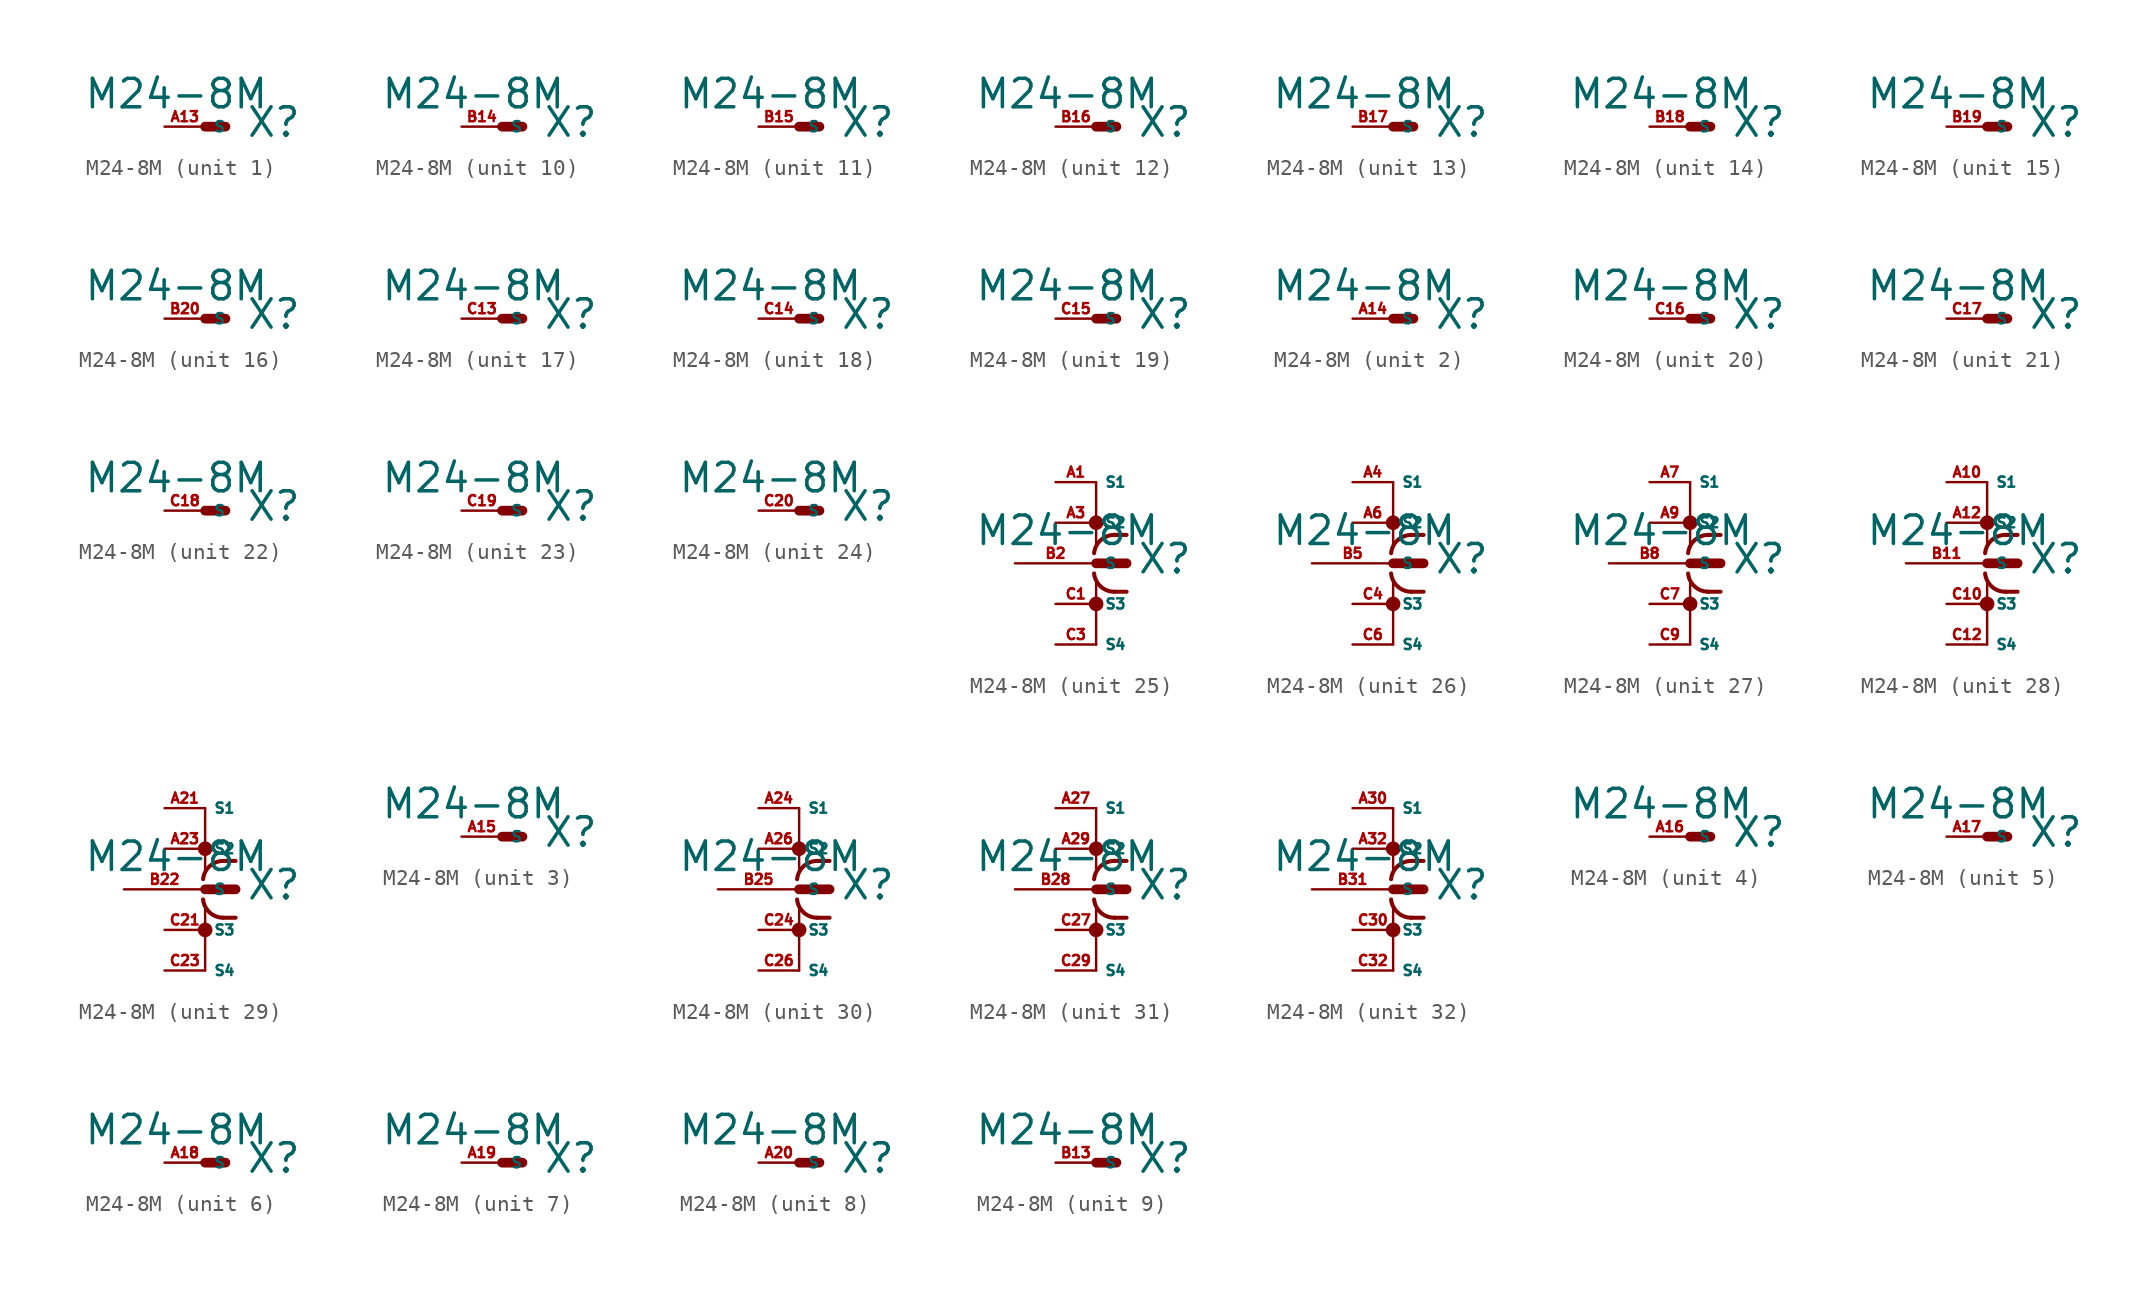
<source format=kicad_sym>
(kicad_symbol_lib
  (version 20220914)
  (generator Eagle2Kicad)
  (symbol "M24-8M"
    (property "Reference" "X"
      (at 2.54 -0.762 0)
      (effects (font (size 1.778 1.778) (thickness 0.22)) (justify left bottom)))
    (property "Value" "M24-8M"
      (at -7.62 1.016 0)
      (effects (font (size 1.778 1.778) (thickness 0.22)) (justify left bottom)))
    (symbol "M24-8M_1_0"
      (polyline (pts (xy 0 0) (xy 1.27 0)) (stroke (width 0.61) (type default)) (fill (type none)))
      (pin passive line (at -2.54 0 0) (length 2.54) (name "S" (effects (font (size 0.635 0.635) (thickness 0.08)) (justify left bottom))) (number "A13" (effects (font (size 0.635 0.635) (thickness 0.08)) (justify left bottom)))))
    (symbol "M24-8M_2_0"
      (polyline (pts (xy 0 0) (xy 1.27 0)) (stroke (width 0.61) (type default)) (fill (type none)))
      (pin passive line (at -2.54 0 0) (length 2.54) (name "S" (effects (font (size 0.635 0.635) (thickness 0.08)) (justify left bottom))) (number "A14" (effects (font (size 0.635 0.635) (thickness 0.08)) (justify left bottom)))))
    (symbol "M24-8M_3_0"
      (polyline (pts (xy 0 0) (xy 1.27 0)) (stroke (width 0.61) (type default)) (fill (type none)))
      (pin passive line (at -2.54 0 0) (length 2.54) (name "S" (effects (font (size 0.635 0.635) (thickness 0.08)) (justify left bottom))) (number "A15" (effects (font (size 0.635 0.635) (thickness 0.08)) (justify left bottom)))))
    (symbol "M24-8M_4_0"
      (polyline (pts (xy 0 0) (xy 1.27 0)) (stroke (width 0.61) (type default)) (fill (type none)))
      (pin passive line (at -2.54 0 0) (length 2.54) (name "S" (effects (font (size 0.635 0.635) (thickness 0.08)) (justify left bottom))) (number "A16" (effects (font (size 0.635 0.635) (thickness 0.08)) (justify left bottom)))))
    (symbol "M24-8M_5_0"
      (polyline (pts (xy 0 0) (xy 1.27 0)) (stroke (width 0.61) (type default)) (fill (type none)))
      (pin passive line (at -2.54 0 0) (length 2.54) (name "S" (effects (font (size 0.635 0.635) (thickness 0.08)) (justify left bottom))) (number "A17" (effects (font (size 0.635 0.635) (thickness 0.08)) (justify left bottom)))))
    (symbol "M24-8M_6_0"
      (polyline (pts (xy 0 0) (xy 1.27 0)) (stroke (width 0.61) (type default)) (fill (type none)))
      (pin passive line (at -2.54 0 0) (length 2.54) (name "S" (effects (font (size 0.635 0.635) (thickness 0.08)) (justify left bottom))) (number "A18" (effects (font (size 0.635 0.635) (thickness 0.08)) (justify left bottom)))))
    (symbol "M24-8M_7_0"
      (polyline (pts (xy 0 0) (xy 1.27 0)) (stroke (width 0.61) (type default)) (fill (type none)))
      (pin passive line (at -2.54 0 0) (length 2.54) (name "S" (effects (font (size 0.635 0.635) (thickness 0.08)) (justify left bottom))) (number "A19" (effects (font (size 0.635 0.635) (thickness 0.08)) (justify left bottom)))))
    (symbol "M24-8M_8_0"
      (polyline (pts (xy 0 0) (xy 1.27 0)) (stroke (width 0.61) (type default)) (fill (type none)))
      (pin passive line (at -2.54 0 0) (length 2.54) (name "S" (effects (font (size 0.635 0.635) (thickness 0.08)) (justify left bottom))) (number "A20" (effects (font (size 0.635 0.635) (thickness 0.08)) (justify left bottom)))))
    (symbol "M24-8M_9_0"
      (polyline (pts (xy 0 0) (xy 1.27 0)) (stroke (width 0.61) (type default)) (fill (type none)))
      (pin passive line (at -2.54 0 0) (length 2.54) (name "S" (effects (font (size 0.635 0.635) (thickness 0.08)) (justify left bottom))) (number "B13" (effects (font (size 0.635 0.635) (thickness 0.08)) (justify left bottom)))))
    (symbol "M24-8M_10_0"
      (polyline (pts (xy 0 0) (xy 1.27 0)) (stroke (width 0.61) (type default)) (fill (type none)))
      (pin passive line (at -2.54 0 0) (length 2.54) (name "S" (effects (font (size 0.635 0.635) (thickness 0.08)) (justify left bottom))) (number "B14" (effects (font (size 0.635 0.635) (thickness 0.08)) (justify left bottom)))))
    (symbol "M24-8M_11_0"
      (polyline (pts (xy 0 0) (xy 1.27 0)) (stroke (width 0.61) (type default)) (fill (type none)))
      (pin passive line (at -2.54 0 0) (length 2.54) (name "S" (effects (font (size 0.635 0.635) (thickness 0.08)) (justify left bottom))) (number "B15" (effects (font (size 0.635 0.635) (thickness 0.08)) (justify left bottom)))))
    (symbol "M24-8M_12_0"
      (polyline (pts (xy 0 0) (xy 1.27 0)) (stroke (width 0.61) (type default)) (fill (type none)))
      (pin passive line (at -2.54 0 0) (length 2.54) (name "S" (effects (font (size 0.635 0.635) (thickness 0.08)) (justify left bottom))) (number "B16" (effects (font (size 0.635 0.635) (thickness 0.08)) (justify left bottom)))))
    (symbol "M24-8M_13_0"
      (polyline (pts (xy 0 0) (xy 1.27 0)) (stroke (width 0.61) (type default)) (fill (type none)))
      (pin passive line (at -2.54 0 0) (length 2.54) (name "S" (effects (font (size 0.635 0.635) (thickness 0.08)) (justify left bottom))) (number "B17" (effects (font (size 0.635 0.635) (thickness 0.08)) (justify left bottom)))))
    (symbol "M24-8M_14_0"
      (polyline (pts (xy 0 0) (xy 1.27 0)) (stroke (width 0.61) (type default)) (fill (type none)))
      (pin passive line (at -2.54 0 0) (length 2.54) (name "S" (effects (font (size 0.635 0.635) (thickness 0.08)) (justify left bottom))) (number "B18" (effects (font (size 0.635 0.635) (thickness 0.08)) (justify left bottom)))))
    (symbol "M24-8M_15_0"
      (polyline (pts (xy 0 0) (xy 1.27 0)) (stroke (width 0.61) (type default)) (fill (type none)))
      (pin passive line (at -2.54 0 0) (length 2.54) (name "S" (effects (font (size 0.635 0.635) (thickness 0.08)) (justify left bottom))) (number "B19" (effects (font (size 0.635 0.635) (thickness 0.08)) (justify left bottom)))))
    (symbol "M24-8M_16_0"
      (polyline (pts (xy 0 0) (xy 1.27 0)) (stroke (width 0.61) (type default)) (fill (type none)))
      (pin passive line (at -2.54 0 0) (length 2.54) (name "S" (effects (font (size 0.635 0.635) (thickness 0.08)) (justify left bottom))) (number "B20" (effects (font (size 0.635 0.635) (thickness 0.08)) (justify left bottom)))))
    (symbol "M24-8M_17_0"
      (polyline (pts (xy 0 0) (xy 1.27 0)) (stroke (width 0.61) (type default)) (fill (type none)))
      (pin passive line (at -2.54 0 0) (length 2.54) (name "S" (effects (font (size 0.635 0.635) (thickness 0.08)) (justify left bottom))) (number "C13" (effects (font (size 0.635 0.635) (thickness 0.08)) (justify left bottom)))))
    (symbol "M24-8M_18_0"
      (polyline (pts (xy 0 0) (xy 1.27 0)) (stroke (width 0.61) (type default)) (fill (type none)))
      (pin passive line (at -2.54 0 0) (length 2.54) (name "S" (effects (font (size 0.635 0.635) (thickness 0.08)) (justify left bottom))) (number "C14" (effects (font (size 0.635 0.635) (thickness 0.08)) (justify left bottom)))))
    (symbol "M24-8M_19_0"
      (polyline (pts (xy 0 0) (xy 1.27 0)) (stroke (width 0.61) (type default)) (fill (type none)))
      (pin passive line (at -2.54 0 0) (length 2.54) (name "S" (effects (font (size 0.635 0.635) (thickness 0.08)) (justify left bottom))) (number "C15" (effects (font (size 0.635 0.635) (thickness 0.08)) (justify left bottom)))))
    (symbol "M24-8M_20_0"
      (polyline (pts (xy 0 0) (xy 1.27 0)) (stroke (width 0.61) (type default)) (fill (type none)))
      (pin passive line (at -2.54 0 0) (length 2.54) (name "S" (effects (font (size 0.635 0.635) (thickness 0.08)) (justify left bottom))) (number "C16" (effects (font (size 0.635 0.635) (thickness 0.08)) (justify left bottom)))))
    (symbol "M24-8M_21_0"
      (polyline (pts (xy 0 0) (xy 1.27 0)) (stroke (width 0.61) (type default)) (fill (type none)))
      (pin passive line (at -2.54 0 0) (length 2.54) (name "S" (effects (font (size 0.635 0.635) (thickness 0.08)) (justify left bottom))) (number "C17" (effects (font (size 0.635 0.635) (thickness 0.08)) (justify left bottom)))))
    (symbol "M24-8M_22_0"
      (polyline (pts (xy 0 0) (xy 1.27 0)) (stroke (width 0.61) (type default)) (fill (type none)))
      (pin passive line (at -2.54 0 0) (length 2.54) (name "S" (effects (font (size 0.635 0.635) (thickness 0.08)) (justify left bottom))) (number "C18" (effects (font (size 0.635 0.635) (thickness 0.08)) (justify left bottom)))))
    (symbol "M24-8M_23_0"
      (polyline (pts (xy 0 0) (xy 1.27 0)) (stroke (width 0.61) (type default)) (fill (type none)))
      (pin passive line (at -2.54 0 0) (length 2.54) (name "S" (effects (font (size 0.635 0.635) (thickness 0.08)) (justify left bottom))) (number "C19" (effects (font (size 0.635 0.635) (thickness 0.08)) (justify left bottom)))))
    (symbol "M24-8M_24_0"
      (polyline (pts (xy 0 0) (xy 1.27 0)) (stroke (width 0.61) (type default)) (fill (type none)))
      (pin passive line (at -2.54 0 0) (length 2.54) (name "S" (effects (font (size 0.635 0.635) (thickness 0.08)) (justify left bottom))) (number "C20" (effects (font (size 0.635 0.635) (thickness 0.08)) (justify left bottom)))))
    (symbol "M24-8M_25_0"
      (polyline (pts (xy 0 0) (xy 1.905 0)) (stroke (width 0.61) (type default)) (fill (type none)))
      (polyline (pts (xy 0 5.08) (xy 0 1.27)) (stroke (width 0.152) (type default)) (fill (type none)))
      (polyline (pts (xy 0 -5.08) (xy 0 -1.27)) (stroke (width 0.152) (type default)) (fill (type none)))
      (polyline (pts (xy 1.905 1.778) (xy 1.143 1.778)) (stroke (width 0.254) (type default)) (fill (type none)))
      (polyline (pts (xy 1.905 -1.778) (xy 1.143 -1.778)) (stroke (width 0.254) (type default)) (fill (type none)))
      (arc (start 1.143 1.778) (mid 0.287 1.452) (end -0.127 0.635) (stroke (width 0.254) (type default)) (fill (type none)))
      (arc (start -0.127 -0.635) (mid 0.287 -1.452) (end 1.143 -1.778) (stroke (width 0.254) (type default)) (fill (type none)))
      (circle (center 0 2.54) (radius 0.254) (stroke (width 0.406) (type default)) (fill (type none)))
      (circle (center 0 -2.54) (radius 0.254) (stroke (width 0.406) (type default)) (fill (type none)))
      (pin passive line (at -5.08 0 0) (length 5.08) (name "S" (effects (font (size 0.635 0.635) (thickness 0.08)) (justify left bottom))) (number "B2" (effects (font (size 0.635 0.635) (thickness 0.08)) (justify left bottom))))
      (pin passive line (at -2.54 5.08 0) (length 2.54) (name "S1" (effects (font (size 0.635 0.635) (thickness 0.08)) (justify left bottom))) (number "A1" (effects (font (size 0.635 0.635) (thickness 0.08)) (justify left bottom))))
      (pin passive line (at -2.54 2.54 0) (length 2.54) (name "S2" (effects (font (size 0.635 0.635) (thickness 0.08)) (justify left bottom))) (number "A3" (effects (font (size 0.635 0.635) (thickness 0.08)) (justify left bottom))))
      (pin passive line (at -2.54 -2.54 0) (length 2.54) (name "S3" (effects (font (size 0.635 0.635) (thickness 0.08)) (justify left bottom))) (number "C1" (effects (font (size 0.635 0.635) (thickness 0.08)) (justify left bottom))))
      (pin passive line (at -2.54 -5.08 0) (length 2.54) (name "S4" (effects (font (size 0.635 0.635) (thickness 0.08)) (justify left bottom))) (number "C3" (effects (font (size 0.635 0.635) (thickness 0.08)) (justify left bottom)))))
    (symbol "M24-8M_26_0"
      (polyline (pts (xy 0 0) (xy 1.905 0)) (stroke (width 0.61) (type default)) (fill (type none)))
      (polyline (pts (xy 0 5.08) (xy 0 1.27)) (stroke (width 0.152) (type default)) (fill (type none)))
      (polyline (pts (xy 0 -5.08) (xy 0 -1.27)) (stroke (width 0.152) (type default)) (fill (type none)))
      (polyline (pts (xy 1.905 1.778) (xy 1.143 1.778)) (stroke (width 0.254) (type default)) (fill (type none)))
      (polyline (pts (xy 1.905 -1.778) (xy 1.143 -1.778)) (stroke (width 0.254) (type default)) (fill (type none)))
      (arc (start 1.143 1.778) (mid 0.287 1.452) (end -0.127 0.635) (stroke (width 0.254) (type default)) (fill (type none)))
      (arc (start -0.127 -0.635) (mid 0.287 -1.452) (end 1.143 -1.778) (stroke (width 0.254) (type default)) (fill (type none)))
      (circle (center 0 2.54) (radius 0.254) (stroke (width 0.406) (type default)) (fill (type none)))
      (circle (center 0 -2.54) (radius 0.254) (stroke (width 0.406) (type default)) (fill (type none)))
      (pin passive line (at -5.08 0 0) (length 5.08) (name "S" (effects (font (size 0.635 0.635) (thickness 0.08)) (justify left bottom))) (number "B5" (effects (font (size 0.635 0.635) (thickness 0.08)) (justify left bottom))))
      (pin passive line (at -2.54 5.08 0) (length 2.54) (name "S1" (effects (font (size 0.635 0.635) (thickness 0.08)) (justify left bottom))) (number "A4" (effects (font (size 0.635 0.635) (thickness 0.08)) (justify left bottom))))
      (pin passive line (at -2.54 2.54 0) (length 2.54) (name "S2" (effects (font (size 0.635 0.635) (thickness 0.08)) (justify left bottom))) (number "A6" (effects (font (size 0.635 0.635) (thickness 0.08)) (justify left bottom))))
      (pin passive line (at -2.54 -2.54 0) (length 2.54) (name "S3" (effects (font (size 0.635 0.635) (thickness 0.08)) (justify left bottom))) (number "C4" (effects (font (size 0.635 0.635) (thickness 0.08)) (justify left bottom))))
      (pin passive line (at -2.54 -5.08 0) (length 2.54) (name "S4" (effects (font (size 0.635 0.635) (thickness 0.08)) (justify left bottom))) (number "C6" (effects (font (size 0.635 0.635) (thickness 0.08)) (justify left bottom)))))
    (symbol "M24-8M_27_0"
      (polyline (pts (xy 0 0) (xy 1.905 0)) (stroke (width 0.61) (type default)) (fill (type none)))
      (polyline (pts (xy 0 5.08) (xy 0 1.27)) (stroke (width 0.152) (type default)) (fill (type none)))
      (polyline (pts (xy 0 -5.08) (xy 0 -1.27)) (stroke (width 0.152) (type default)) (fill (type none)))
      (polyline (pts (xy 1.905 1.778) (xy 1.143 1.778)) (stroke (width 0.254) (type default)) (fill (type none)))
      (polyline (pts (xy 1.905 -1.778) (xy 1.143 -1.778)) (stroke (width 0.254) (type default)) (fill (type none)))
      (arc (start 1.143 1.778) (mid 0.287 1.452) (end -0.127 0.635) (stroke (width 0.254) (type default)) (fill (type none)))
      (arc (start -0.127 -0.635) (mid 0.287 -1.452) (end 1.143 -1.778) (stroke (width 0.254) (type default)) (fill (type none)))
      (circle (center 0 2.54) (radius 0.254) (stroke (width 0.406) (type default)) (fill (type none)))
      (circle (center 0 -2.54) (radius 0.254) (stroke (width 0.406) (type default)) (fill (type none)))
      (pin passive line (at -5.08 0 0) (length 5.08) (name "S" (effects (font (size 0.635 0.635) (thickness 0.08)) (justify left bottom))) (number "B8" (effects (font (size 0.635 0.635) (thickness 0.08)) (justify left bottom))))
      (pin passive line (at -2.54 5.08 0) (length 2.54) (name "S1" (effects (font (size 0.635 0.635) (thickness 0.08)) (justify left bottom))) (number "A7" (effects (font (size 0.635 0.635) (thickness 0.08)) (justify left bottom))))
      (pin passive line (at -2.54 2.54 0) (length 2.54) (name "S2" (effects (font (size 0.635 0.635) (thickness 0.08)) (justify left bottom))) (number "A9" (effects (font (size 0.635 0.635) (thickness 0.08)) (justify left bottom))))
      (pin passive line (at -2.54 -2.54 0) (length 2.54) (name "S3" (effects (font (size 0.635 0.635) (thickness 0.08)) (justify left bottom))) (number "C7" (effects (font (size 0.635 0.635) (thickness 0.08)) (justify left bottom))))
      (pin passive line (at -2.54 -5.08 0) (length 2.54) (name "S4" (effects (font (size 0.635 0.635) (thickness 0.08)) (justify left bottom))) (number "C9" (effects (font (size 0.635 0.635) (thickness 0.08)) (justify left bottom)))))
    (symbol "M24-8M_28_0"
      (polyline (pts (xy 0 0) (xy 1.905 0)) (stroke (width 0.61) (type default)) (fill (type none)))
      (polyline (pts (xy 0 5.08) (xy 0 1.27)) (stroke (width 0.152) (type default)) (fill (type none)))
      (polyline (pts (xy 0 -5.08) (xy 0 -1.27)) (stroke (width 0.152) (type default)) (fill (type none)))
      (polyline (pts (xy 1.905 1.778) (xy 1.143 1.778)) (stroke (width 0.254) (type default)) (fill (type none)))
      (polyline (pts (xy 1.905 -1.778) (xy 1.143 -1.778)) (stroke (width 0.254) (type default)) (fill (type none)))
      (arc (start 1.143 1.778) (mid 0.287 1.452) (end -0.127 0.635) (stroke (width 0.254) (type default)) (fill (type none)))
      (arc (start -0.127 -0.635) (mid 0.287 -1.452) (end 1.143 -1.778) (stroke (width 0.254) (type default)) (fill (type none)))
      (circle (center 0 2.54) (radius 0.254) (stroke (width 0.406) (type default)) (fill (type none)))
      (circle (center 0 -2.54) (radius 0.254) (stroke (width 0.406) (type default)) (fill (type none)))
      (pin passive line (at -5.08 0 0) (length 5.08) (name "S" (effects (font (size 0.635 0.635) (thickness 0.08)) (justify left bottom))) (number "B11" (effects (font (size 0.635 0.635) (thickness 0.08)) (justify left bottom))))
      (pin passive line (at -2.54 5.08 0) (length 2.54) (name "S1" (effects (font (size 0.635 0.635) (thickness 0.08)) (justify left bottom))) (number "A10" (effects (font (size 0.635 0.635) (thickness 0.08)) (justify left bottom))))
      (pin passive line (at -2.54 2.54 0) (length 2.54) (name "S2" (effects (font (size 0.635 0.635) (thickness 0.08)) (justify left bottom))) (number "A12" (effects (font (size 0.635 0.635) (thickness 0.08)) (justify left bottom))))
      (pin passive line (at -2.54 -2.54 0) (length 2.54) (name "S3" (effects (font (size 0.635 0.635) (thickness 0.08)) (justify left bottom))) (number "C10" (effects (font (size 0.635 0.635) (thickness 0.08)) (justify left bottom))))
      (pin passive line (at -2.54 -5.08 0) (length 2.54) (name "S4" (effects (font (size 0.635 0.635) (thickness 0.08)) (justify left bottom))) (number "C12" (effects (font (size 0.635 0.635) (thickness 0.08)) (justify left bottom)))))
    (symbol "M24-8M_29_0"
      (polyline (pts (xy 0 0) (xy 1.905 0)) (stroke (width 0.61) (type default)) (fill (type none)))
      (polyline (pts (xy 0 5.08) (xy 0 1.27)) (stroke (width 0.152) (type default)) (fill (type none)))
      (polyline (pts (xy 0 -5.08) (xy 0 -1.27)) (stroke (width 0.152) (type default)) (fill (type none)))
      (polyline (pts (xy 1.905 1.778) (xy 1.143 1.778)) (stroke (width 0.254) (type default)) (fill (type none)))
      (polyline (pts (xy 1.905 -1.778) (xy 1.143 -1.778)) (stroke (width 0.254) (type default)) (fill (type none)))
      (arc (start 1.143 1.778) (mid 0.287 1.452) (end -0.127 0.635) (stroke (width 0.254) (type default)) (fill (type none)))
      (arc (start -0.127 -0.635) (mid 0.287 -1.452) (end 1.143 -1.778) (stroke (width 0.254) (type default)) (fill (type none)))
      (circle (center 0 2.54) (radius 0.254) (stroke (width 0.406) (type default)) (fill (type none)))
      (circle (center 0 -2.54) (radius 0.254) (stroke (width 0.406) (type default)) (fill (type none)))
      (pin passive line (at -5.08 0 0) (length 5.08) (name "S" (effects (font (size 0.635 0.635) (thickness 0.08)) (justify left bottom))) (number "B22" (effects (font (size 0.635 0.635) (thickness 0.08)) (justify left bottom))))
      (pin passive line (at -2.54 5.08 0) (length 2.54) (name "S1" (effects (font (size 0.635 0.635) (thickness 0.08)) (justify left bottom))) (number "A21" (effects (font (size 0.635 0.635) (thickness 0.08)) (justify left bottom))))
      (pin passive line (at -2.54 2.54 0) (length 2.54) (name "S2" (effects (font (size 0.635 0.635) (thickness 0.08)) (justify left bottom))) (number "A23" (effects (font (size 0.635 0.635) (thickness 0.08)) (justify left bottom))))
      (pin passive line (at -2.54 -2.54 0) (length 2.54) (name "S3" (effects (font (size 0.635 0.635) (thickness 0.08)) (justify left bottom))) (number "C21" (effects (font (size 0.635 0.635) (thickness 0.08)) (justify left bottom))))
      (pin passive line (at -2.54 -5.08 0) (length 2.54) (name "S4" (effects (font (size 0.635 0.635) (thickness 0.08)) (justify left bottom))) (number "C23" (effects (font (size 0.635 0.635) (thickness 0.08)) (justify left bottom)))))
    (symbol "M24-8M_30_0"
      (polyline (pts (xy 0 0) (xy 1.905 0)) (stroke (width 0.61) (type default)) (fill (type none)))
      (polyline (pts (xy 0 5.08) (xy 0 1.27)) (stroke (width 0.152) (type default)) (fill (type none)))
      (polyline (pts (xy 0 -5.08) (xy 0 -1.27)) (stroke (width 0.152) (type default)) (fill (type none)))
      (polyline (pts (xy 1.905 1.778) (xy 1.143 1.778)) (stroke (width 0.254) (type default)) (fill (type none)))
      (polyline (pts (xy 1.905 -1.778) (xy 1.143 -1.778)) (stroke (width 0.254) (type default)) (fill (type none)))
      (arc (start 1.143 1.778) (mid 0.287 1.452) (end -0.127 0.635) (stroke (width 0.254) (type default)) (fill (type none)))
      (arc (start -0.127 -0.635) (mid 0.287 -1.452) (end 1.143 -1.778) (stroke (width 0.254) (type default)) (fill (type none)))
      (circle (center 0 2.54) (radius 0.254) (stroke (width 0.406) (type default)) (fill (type none)))
      (circle (center 0 -2.54) (radius 0.254) (stroke (width 0.406) (type default)) (fill (type none)))
      (pin passive line (at -5.08 0 0) (length 5.08) (name "S" (effects (font (size 0.635 0.635) (thickness 0.08)) (justify left bottom))) (number "B25" (effects (font (size 0.635 0.635) (thickness 0.08)) (justify left bottom))))
      (pin passive line (at -2.54 5.08 0) (length 2.54) (name "S1" (effects (font (size 0.635 0.635) (thickness 0.08)) (justify left bottom))) (number "A24" (effects (font (size 0.635 0.635) (thickness 0.08)) (justify left bottom))))
      (pin passive line (at -2.54 2.54 0) (length 2.54) (name "S2" (effects (font (size 0.635 0.635) (thickness 0.08)) (justify left bottom))) (number "A26" (effects (font (size 0.635 0.635) (thickness 0.08)) (justify left bottom))))
      (pin passive line (at -2.54 -2.54 0) (length 2.54) (name "S3" (effects (font (size 0.635 0.635) (thickness 0.08)) (justify left bottom))) (number "C24" (effects (font (size 0.635 0.635) (thickness 0.08)) (justify left bottom))))
      (pin passive line (at -2.54 -5.08 0) (length 2.54) (name "S4" (effects (font (size 0.635 0.635) (thickness 0.08)) (justify left bottom))) (number "C26" (effects (font (size 0.635 0.635) (thickness 0.08)) (justify left bottom)))))
    (symbol "M24-8M_31_0"
      (polyline (pts (xy 0 0) (xy 1.905 0)) (stroke (width 0.61) (type default)) (fill (type none)))
      (polyline (pts (xy 0 5.08) (xy 0 1.27)) (stroke (width 0.152) (type default)) (fill (type none)))
      (polyline (pts (xy 0 -5.08) (xy 0 -1.27)) (stroke (width 0.152) (type default)) (fill (type none)))
      (polyline (pts (xy 1.905 1.778) (xy 1.143 1.778)) (stroke (width 0.254) (type default)) (fill (type none)))
      (polyline (pts (xy 1.905 -1.778) (xy 1.143 -1.778)) (stroke (width 0.254) (type default)) (fill (type none)))
      (arc (start 1.143 1.778) (mid 0.287 1.452) (end -0.127 0.635) (stroke (width 0.254) (type default)) (fill (type none)))
      (arc (start -0.127 -0.635) (mid 0.287 -1.452) (end 1.143 -1.778) (stroke (width 0.254) (type default)) (fill (type none)))
      (circle (center 0 2.54) (radius 0.254) (stroke (width 0.406) (type default)) (fill (type none)))
      (circle (center 0 -2.54) (radius 0.254) (stroke (width 0.406) (type default)) (fill (type none)))
      (pin passive line (at -5.08 0 0) (length 5.08) (name "S" (effects (font (size 0.635 0.635) (thickness 0.08)) (justify left bottom))) (number "B28" (effects (font (size 0.635 0.635) (thickness 0.08)) (justify left bottom))))
      (pin passive line (at -2.54 5.08 0) (length 2.54) (name "S1" (effects (font (size 0.635 0.635) (thickness 0.08)) (justify left bottom))) (number "A27" (effects (font (size 0.635 0.635) (thickness 0.08)) (justify left bottom))))
      (pin passive line (at -2.54 2.54 0) (length 2.54) (name "S2" (effects (font (size 0.635 0.635) (thickness 0.08)) (justify left bottom))) (number "A29" (effects (font (size 0.635 0.635) (thickness 0.08)) (justify left bottom))))
      (pin passive line (at -2.54 -2.54 0) (length 2.54) (name "S3" (effects (font (size 0.635 0.635) (thickness 0.08)) (justify left bottom))) (number "C27" (effects (font (size 0.635 0.635) (thickness 0.08)) (justify left bottom))))
      (pin passive line (at -2.54 -5.08 0) (length 2.54) (name "S4" (effects (font (size 0.635 0.635) (thickness 0.08)) (justify left bottom))) (number "C29" (effects (font (size 0.635 0.635) (thickness 0.08)) (justify left bottom)))))
    (symbol "M24-8M_32_0"
      (polyline (pts (xy 0 0) (xy 1.905 0)) (stroke (width 0.61) (type default)) (fill (type none)))
      (polyline (pts (xy 0 5.08) (xy 0 1.27)) (stroke (width 0.152) (type default)) (fill (type none)))
      (polyline (pts (xy 0 -5.08) (xy 0 -1.27)) (stroke (width 0.152) (type default)) (fill (type none)))
      (polyline (pts (xy 1.905 1.778) (xy 1.143 1.778)) (stroke (width 0.254) (type default)) (fill (type none)))
      (polyline (pts (xy 1.905 -1.778) (xy 1.143 -1.778)) (stroke (width 0.254) (type default)) (fill (type none)))
      (arc (start 1.143 1.778) (mid 0.287 1.452) (end -0.127 0.635) (stroke (width 0.254) (type default)) (fill (type none)))
      (arc (start -0.127 -0.635) (mid 0.287 -1.452) (end 1.143 -1.778) (stroke (width 0.254) (type default)) (fill (type none)))
      (circle (center 0 2.54) (radius 0.254) (stroke (width 0.406) (type default)) (fill (type none)))
      (circle (center 0 -2.54) (radius 0.254) (stroke (width 0.406) (type default)) (fill (type none)))
      (pin passive line (at -5.08 0 0) (length 5.08) (name "S" (effects (font (size 0.635 0.635) (thickness 0.08)) (justify left bottom))) (number "B31" (effects (font (size 0.635 0.635) (thickness 0.08)) (justify left bottom))))
      (pin passive line (at -2.54 5.08 0) (length 2.54) (name "S1" (effects (font (size 0.635 0.635) (thickness 0.08)) (justify left bottom))) (number "A30" (effects (font (size 0.635 0.635) (thickness 0.08)) (justify left bottom))))
      (pin passive line (at -2.54 2.54 0) (length 2.54) (name "S2" (effects (font (size 0.635 0.635) (thickness 0.08)) (justify left bottom))) (number "A32" (effects (font (size 0.635 0.635) (thickness 0.08)) (justify left bottom))))
      (pin passive line (at -2.54 -2.54 0) (length 2.54) (name "S3" (effects (font (size 0.635 0.635) (thickness 0.08)) (justify left bottom))) (number "C30" (effects (font (size 0.635 0.635) (thickness 0.08)) (justify left bottom))))
      (pin passive line (at -2.54 -5.08 0) (length 2.54) (name "S4" (effects (font (size 0.635 0.635) (thickness 0.08)) (justify left bottom))) (number "C32" (effects (font (size 0.635 0.635) (thickness 0.08)) (justify left bottom)))))))
</source>
